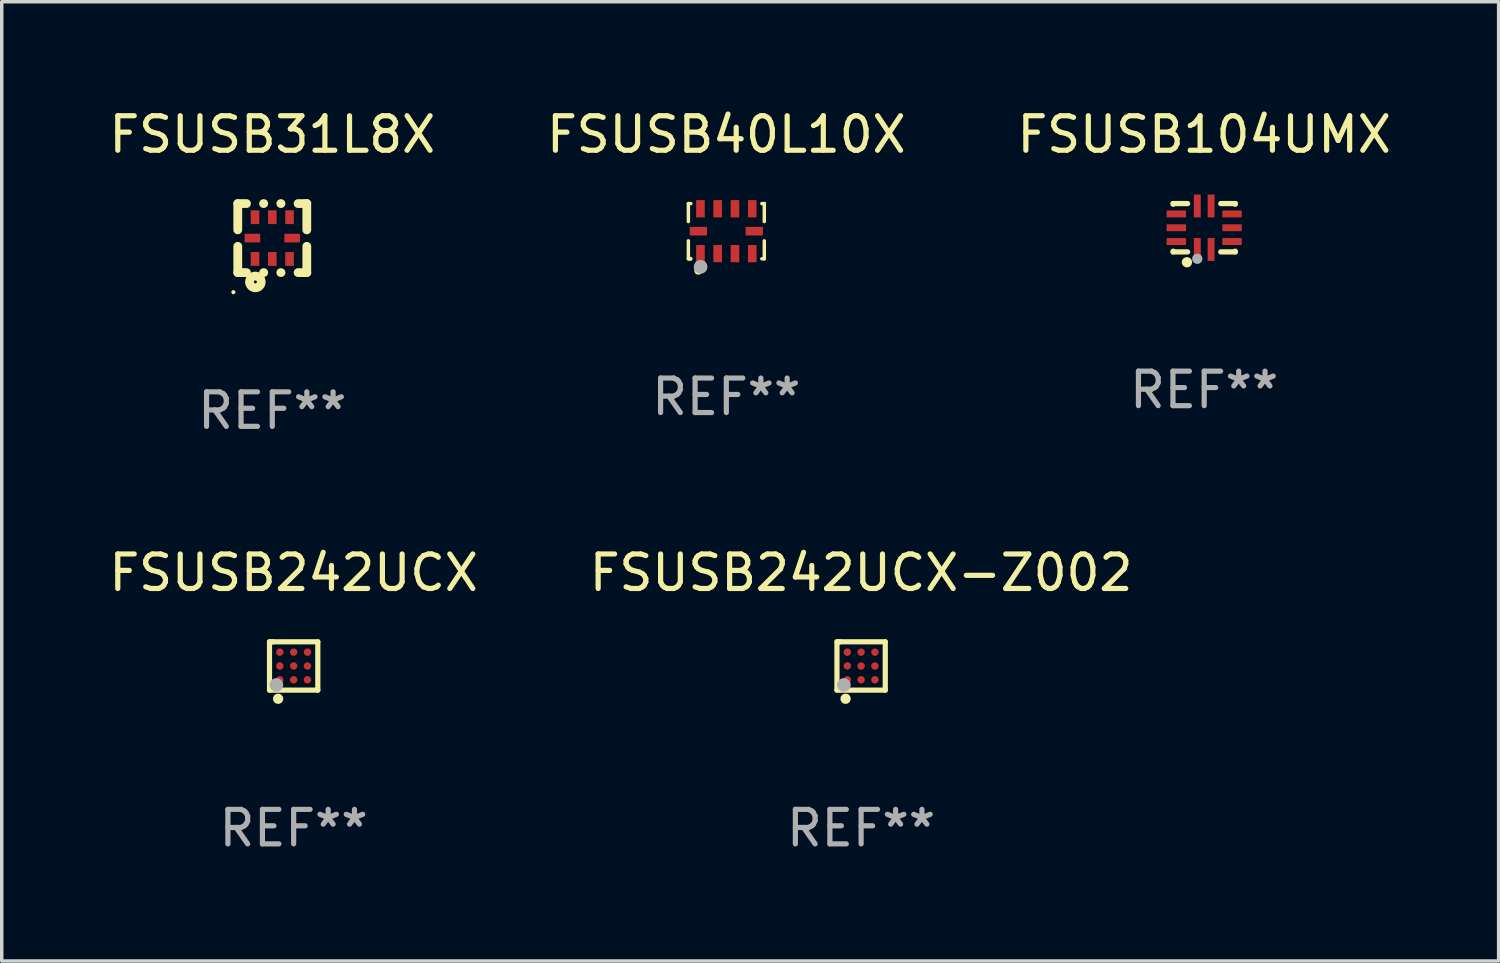
<source format=kicad_pcb>
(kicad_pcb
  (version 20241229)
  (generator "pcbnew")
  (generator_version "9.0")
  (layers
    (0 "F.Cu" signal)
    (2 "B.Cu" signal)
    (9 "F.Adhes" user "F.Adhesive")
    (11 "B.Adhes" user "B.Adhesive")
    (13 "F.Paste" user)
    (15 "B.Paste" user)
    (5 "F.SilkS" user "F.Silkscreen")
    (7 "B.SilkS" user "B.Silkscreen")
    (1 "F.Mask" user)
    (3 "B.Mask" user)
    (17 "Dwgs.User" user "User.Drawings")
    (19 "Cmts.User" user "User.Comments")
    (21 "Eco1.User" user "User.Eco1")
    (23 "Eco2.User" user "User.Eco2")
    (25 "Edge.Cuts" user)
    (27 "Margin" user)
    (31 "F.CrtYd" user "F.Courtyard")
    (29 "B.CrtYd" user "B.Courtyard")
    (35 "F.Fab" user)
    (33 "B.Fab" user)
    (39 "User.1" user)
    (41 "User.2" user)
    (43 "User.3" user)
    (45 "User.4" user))
  (footprint "FSUSB104UMX"
    (layer "F.Cu")
    (at 31.839 3.548)
    (property "Reference" "FSUSB104UMX" (at 0 -2.7 0) (layer "F.SilkS") (effects (font (size 1 1) (thickness 0.15))))
    (attr through_hole)
    (fp_line (start -0.9 -0.7) (end -0.9 -0.68) (stroke (width 0.152) (type solid)) (layer "F.SilkS"))
    (fp_line (start -0.9 0.68) (end -0.9 0.7) (stroke (width 0.152) (type solid)) (layer "F.SilkS"))
    (fp_line (start -0.9 0.7) (end -0.48 0.7) (stroke (width 0.152) (type solid)) (layer "F.SilkS"))
    (fp_line (start -0.48 -0.7) (end -0.9 -0.7) (stroke (width 0.152) (type solid)) (layer "F.SilkS"))
    (fp_line (start 0.48 0.7) (end 0.9 0.7) (stroke (width 0.152) (type solid)) (layer "F.SilkS"))
    (fp_line (start 0.9 -0.7) (end 0.48 -0.7) (stroke (width 0.152) (type solid)) (layer "F.SilkS"))
    (fp_line (start 0.9 -0.68) (end 0.9 -0.7) (stroke (width 0.152) (type solid)) (layer "F.SilkS"))
    (fp_line (start 0.9 0.7) (end 0.9 0.68) (stroke (width 0.152) (type solid)) (layer "F.SilkS"))
    (fp_circle (center -0.9 0.7) (end -0.87 0.7) (stroke (width 0.06) (type solid)) (fill no) (layer "F.SilkS"))
    (fp_circle (center -0.5 1) (end -0.425 1) (stroke (width 0.15) (type solid)) (fill no) (layer "F.SilkS"))
    (fp_circle (center -0.2 0.9) (end -0.125 0.9) (stroke (width 0.15) (type solid)) (fill no) (layer "F.Fab"))
    (fp_text user "REF**" (at 0 4.7 0) (layer "F.Fab") (effects (font (size 1 1) (thickness 0.15))))
    (pad "1" smd rect (at -0.2 0.63) (size 0.2 0.663) (layers "F.Cu" "F.Mask" "F.Paste"))
    (pad "2" smd rect (at 0.2 0.63) (size 0.2 0.663) (layers "F.Cu" "F.Mask" "F.Paste"))
    (pad "3" smd rect (at 0.807 0.4) (size 0.563 0.2) (layers "F.Cu" "F.Mask" "F.Paste"))
    (pad "4" smd rect (at 0.807 0) (size 0.563 0.2) (layers "F.Cu" "F.Mask" "F.Paste"))
    (pad "5" smd rect (at 0.807 -0.4) (size 0.563 0.2) (layers "F.Cu" "F.Mask" "F.Paste"))
    (pad "6" smd rect (at 0.2 -0.63) (size 0.2 0.663) (layers "F.Cu" "F.Mask" "F.Paste"))
    (pad "7" smd rect (at -0.2 -0.63) (size 0.2 0.663) (layers "F.Cu" "F.Mask" "F.Paste"))
    (pad "8" smd rect (at -0.807 -0.4) (size 0.563 0.2) (layers "F.Cu" "F.Mask" "F.Paste"))
    (pad "9" smd rect (at -0.807 0) (size 0.563 0.2) (layers "F.Cu" "F.Mask" "F.Paste"))
    (pad "10" smd rect (at -0.807 0.4) (size 0.563 0.2) (layers "F.Cu" "F.Mask" "F.Paste")))
  (footprint "FSUSB242UCX"
    (layer "F.Cu")
    (at 5.458 16.245)
    (property "Reference" "FSUSB242UCX" (at 0 -2.7 0) (layer "F.SilkS") (effects (font (size 1 1) (thickness 0.15))))
    (attr through_hole)
    (fp_line (start -0.7 -0.7) (end -0.6 -0.7) (stroke (width 0.15) (type solid)) (layer "F.SilkS"))
    (fp_line (start -0.7 0.7) (end -0.7 -0.7) (stroke (width 0.15) (type solid)) (layer "F.SilkS"))
    (fp_line (start -0.65 -0.7) (end 0.7 -0.7) (stroke (width 0.15) (type solid)) (layer "F.SilkS"))
    (fp_line (start 0.7 -0.7) (end 0.7 0.7) (stroke (width 0.15) (type solid)) (layer "F.SilkS"))
    (fp_line (start 0.7 0.7) (end -0.7 0.7) (stroke (width 0.15) (type solid)) (layer "F.SilkS"))
    (fp_circle (center -0.6 0.6) (end -0.57 0.6) (stroke (width 0.06) (type solid)) (fill no) (layer "F.SilkS"))
    (fp_circle (center -0.45 0.95) (end -0.375 0.95) (stroke (width 0.15) (type solid)) (fill no) (layer "F.SilkS"))
    (fp_circle (center -0.5 0.55) (end -0.4 0.55) (stroke (width 0.2) (type solid)) (fill no) (layer "F.Fab"))
    (fp_text user "REF**" (at 0 4.7 0) (layer "F.Fab") (effects (font (size 1 1) (thickness 0.15))))
    (pad "A1" smd circle (at -0.4 0.4) (size 0.215 0.215) (layers "F.Cu" "F.Mask" "F.Paste"))
    (pad "A2" smd circle (at -0.4 0.000127) (size 0.215 0.215) (layers "F.Cu" "F.Mask" "F.Paste"))
    (pad "A3" smd circle (at -0.4 -0.4) (size 0.215 0.215) (layers "F.Cu" "F.Mask" "F.Paste"))
    (pad "B1" smd circle (at 0.000127 0.4) (size 0.215 0.215) (layers "F.Cu" "F.Mask" "F.Paste"))
    (pad "B2" smd circle (at 0.000127 -0.000127) (size 0.215 0.215) (layers "F.Cu" "F.Mask" "F.Paste"))
    (pad "B3" smd circle (at 0.000127 -0.4) (size 0.215 0.215) (layers "F.Cu" "F.Mask" "F.Paste"))
    (pad "C1" smd circle (at 0.4 0.4) (size 0.215 0.215) (layers "F.Cu" "F.Mask" "F.Paste"))
    (pad "C2" smd circle (at 0.4 0.000127) (size 0.215 0.215) (layers "F.Cu" "F.Mask" "F.Paste"))
    (pad "C3" smd circle (at 0.4 -0.4) (size 0.215 0.215) (layers "F.Cu" "F.Mask" "F.Paste")))
  (footprint "FSUSB242UCX-Z002"
    (layer "F.Cu")
    (at 21.899 16.245)
    (property "Reference" "FSUSB242UCX-Z002" (at 0 -2.7 0) (layer "F.SilkS") (effects (font (size 1 1) (thickness 0.15))))
    (attr through_hole)
    (fp_line (start -0.7 -0.7) (end -0.6 -0.7) (stroke (width 0.15) (type solid)) (layer "F.SilkS"))
    (fp_line (start -0.7 0.7) (end -0.7 -0.7) (stroke (width 0.15) (type solid)) (layer "F.SilkS"))
    (fp_line (start -0.65 -0.7) (end 0.7 -0.7) (stroke (width 0.15) (type solid)) (layer "F.SilkS"))
    (fp_line (start 0.7 -0.7) (end 0.7 0.7) (stroke (width 0.15) (type solid)) (layer "F.SilkS"))
    (fp_line (start 0.7 0.7) (end -0.7 0.7) (stroke (width 0.15) (type solid)) (layer "F.SilkS"))
    (fp_circle (center -0.6 0.6) (end -0.57 0.6) (stroke (width 0.06) (type solid)) (fill no) (layer "F.SilkS"))
    (fp_circle (center -0.45 0.95) (end -0.375 0.95) (stroke (width 0.15) (type solid)) (fill no) (layer "F.SilkS"))
    (fp_circle (center -0.5 0.55) (end -0.4 0.55) (stroke (width 0.2) (type solid)) (fill no) (layer "F.Fab"))
    (fp_text user "REF**" (at 0 4.7 0) (layer "F.Fab") (effects (font (size 1 1) (thickness 0.15))))
    (pad "A1" smd circle (at -0.4 0.4) (size 0.215 0.215) (layers "F.Cu" "F.Mask" "F.Paste"))
    (pad "A2" smd circle (at -0.4 0.000127) (size 0.215 0.215) (layers "F.Cu" "F.Mask" "F.Paste"))
    (pad "A3" smd circle (at -0.4 -0.4) (size 0.215 0.215) (layers "F.Cu" "F.Mask" "F.Paste"))
    (pad "B1" smd circle (at 0.000127 0.4) (size 0.215 0.215) (layers "F.Cu" "F.Mask" "F.Paste"))
    (pad "B2" smd circle (at 0.000127 -0.000127) (size 0.215 0.215) (layers "F.Cu" "F.Mask" "F.Paste"))
    (pad "B3" smd circle (at 0.000127 -0.4) (size 0.215 0.215) (layers "F.Cu" "F.Mask" "F.Paste"))
    (pad "C1" smd circle (at 0.4 0.4) (size 0.215 0.215) (layers "F.Cu" "F.Mask" "F.Paste"))
    (pad "C2" smd circle (at 0.4 0.000127) (size 0.215 0.215) (layers "F.Cu" "F.Mask" "F.Paste"))
    (pad "C3" smd circle (at 0.4 -0.4) (size 0.215 0.215) (layers "F.Cu" "F.Mask" "F.Paste")))
  (footprint "FSUSB40L10X"
    (layer "F.Cu")
    (at 17.994 3.648)
    (property "Reference" "FSUSB40L10X" (at 0 -2.8 0) (layer "F.SilkS") (effects (font (size 1 1) (thickness 0.15))))
    (attr through_hole)
    (fp_line (start -1.1 -0.8) (end -1.1 -0.279) (stroke (width 0.1) (type solid)) (layer "F.SilkS"))
    (fp_line (start -1.1 0.279) (end -1.1 0.8) (stroke (width 0.1) (type solid)) (layer "F.SilkS"))
    (fp_line (start -1.1 0.8) (end -1.029 0.8) (stroke (width 0.1) (type solid)) (layer "F.SilkS"))
    (fp_line (start -1.029 -0.8) (end -1.1 -0.8) (stroke (width 0.1) (type solid)) (layer "F.SilkS"))
    (fp_line (start 1.029 0.8) (end 1.1 0.8) (stroke (width 0.1) (type solid)) (layer "F.SilkS"))
    (fp_line (start 1.1 -0.8) (end 1.029 -0.8) (stroke (width 0.1) (type solid)) (layer "F.SilkS"))
    (fp_line (start 1.1 -0.8) (end 1.1 -0.279) (stroke (width 0.1) (type solid)) (layer "F.SilkS"))
    (fp_line (start 1.1 0.279) (end 1.1 0.8) (stroke (width 0.1) (type solid)) (layer "F.SilkS"))
    (fp_circle (center -1.05 0.8) (end -1.02 0.8) (stroke (width 0.06) (type solid)) (fill no) (layer "F.SilkS"))
    (fp_circle (center -0.81 1.14) (end -0.739 1.14) (stroke (width 0.1) (type solid)) (fill no) (layer "F.SilkS"))
    (fp_circle (center -0.745 1.033) (end -0.645 1.033) (stroke (width 0.2) (type solid)) (fill no) (layer "F.Fab"))
    (fp_text user "REF**" (at 0 4.8 0) (layer "F.Fab") (effects (font (size 1 1) (thickness 0.15))))
    (pad "1" smd rect (at -0.75 0.65) (size 0.25 0.5) (layers "F.Cu" "F.Mask" "F.Paste"))
    (pad "2" smd rect (at -0.25 0.65) (size 0.25 0.5) (layers "F.Cu" "F.Mask" "F.Paste"))
    (pad "3" smd rect (at 0.25 0.65) (size 0.25 0.5) (layers "F.Cu" "F.Mask" "F.Paste"))
    (pad "4" smd rect (at 0.75 0.65) (size 0.25 0.5) (layers "F.Cu" "F.Mask" "F.Paste"))
    (pad "5" smd rect (at 0.81 0.000013 90) (size 0.25 0.5) (layers "F.Cu" "F.Mask" "F.Paste"))
    (pad "6" smd rect (at 0.75 -0.65) (size 0.25 0.5) (layers "F.Cu" "F.Mask" "F.Paste"))
    (pad "7" smd rect (at 0.25 -0.65) (size 0.25 0.5) (layers "F.Cu" "F.Mask" "F.Paste"))
    (pad "8" smd rect (at -0.25 -0.65) (size 0.25 0.5) (layers "F.Cu" "F.Mask" "F.Paste"))
    (pad "9" smd rect (at -0.75 -0.65) (size 0.25 0.5) (layers "F.Cu" "F.Mask" "F.Paste"))
    (pad "10" smd rect (at -0.81 0.000013 90) (size 0.25 0.5) (layers "F.Cu" "F.Mask" "F.Paste")))
  (footprint "FSUSB31L8X"
    (layer "F.Cu")
    (at 4.839 3.848)
    (property "Reference" "FSUSB31L8X" (at 0 -3 0) (layer "F.SilkS") (effects (font (size 1 1) (thickness 0.15))))
    (attr through_hole)
    (fp_line (start -1 -1) (end -0.747 -1) (stroke (width 0.254) (type solid)) (layer "F.SilkS"))
    (fp_line (start -1 -0.238) (end -1 -1) (stroke (width 0.254) (type solid)) (layer "F.SilkS"))
    (fp_line (start -1 1) (end -1 0.238) (stroke (width 0.254) (type solid)) (layer "F.SilkS"))
    (fp_line (start -0.747 1) (end -1 1) (stroke (width 0.254) (type solid)) (layer "F.SilkS"))
    (fp_line (start -0.253 -1) (end -0.247 -1) (stroke (width 0.254) (type solid)) (layer "F.SilkS"))
    (fp_line (start -0.247 1) (end -0.253 1) (stroke (width 0.254) (type solid)) (layer "F.SilkS"))
    (fp_line (start 0.247 -1) (end 0.253 -1) (stroke (width 0.254) (type solid)) (layer "F.SilkS"))
    (fp_line (start 0.253 1) (end 0.247 1) (stroke (width 0.254) (type solid)) (layer "F.SilkS"))
    (fp_line (start 0.747 -1) (end 1 -1) (stroke (width 0.254) (type solid)) (layer "F.SilkS"))
    (fp_line (start 1 -1) (end 1 -0.238) (stroke (width 0.254) (type solid)) (layer "F.SilkS"))
    (fp_line (start 1 0.238) (end 1 1) (stroke (width 0.254) (type solid)) (layer "F.SilkS"))
    (fp_line (start 1 1) (end 0.747 1) (stroke (width 0.254) (type solid)) (layer "F.SilkS"))
    (fp_circle (center -1.127 1.567) (end -1.097 1.567) (stroke (width 0.06) (type solid)) (fill no) (layer "F.SilkS"))
    (fp_circle (center -0.49 1.27) (end -0.32 1.27) (stroke (width 0.254) (type solid)) (fill no) (layer "F.SilkS"))
    (fp_text user "REF**" (at 0 5 0) (layer "F.Fab") (effects (font (size 1 1) (thickness 0.15))))
    (pad "1" smd rect (at -0.5 0.605 90) (size 0.4 0.25) (layers "F.Cu" "F.Mask" "F.Paste"))
    (pad "2" smd rect (at 0 0.605 90) (size 0.4 0.25) (layers "F.Cu" "F.Mask" "F.Paste"))
    (pad "3" smd rect (at 0.5 0.605 90) (size 0.4 0.25) (layers "F.Cu" "F.Mask" "F.Paste"))
    (pad "4" smd rect (at 0.575 0 180) (size 0.45 0.25) (layers "F.Cu" "F.Mask" "F.Paste"))
    (pad "5" smd rect (at 0.5 -0.605 270) (size 0.4 0.25) (layers "F.Cu" "F.Mask" "F.Paste"))
    (pad "6" smd rect (at 0 -0.605 270) (size 0.4 0.25) (layers "F.Cu" "F.Mask" "F.Paste"))
    (pad "7" smd rect (at -0.5 -0.605 270) (size 0.4 0.25) (layers "F.Cu" "F.Mask" "F.Paste"))
    (pad "8" smd rect (at -0.575 0) (size 0.45 0.25) (layers "F.Cu" "F.Mask" "F.Paste")))
  (gr_rect
    (start -3 -3)
    (end 40.369 24.793)
    (stroke (width 0.1) (type default))
    (fill no)
    (layer "Edge.Cuts")))
</source>
